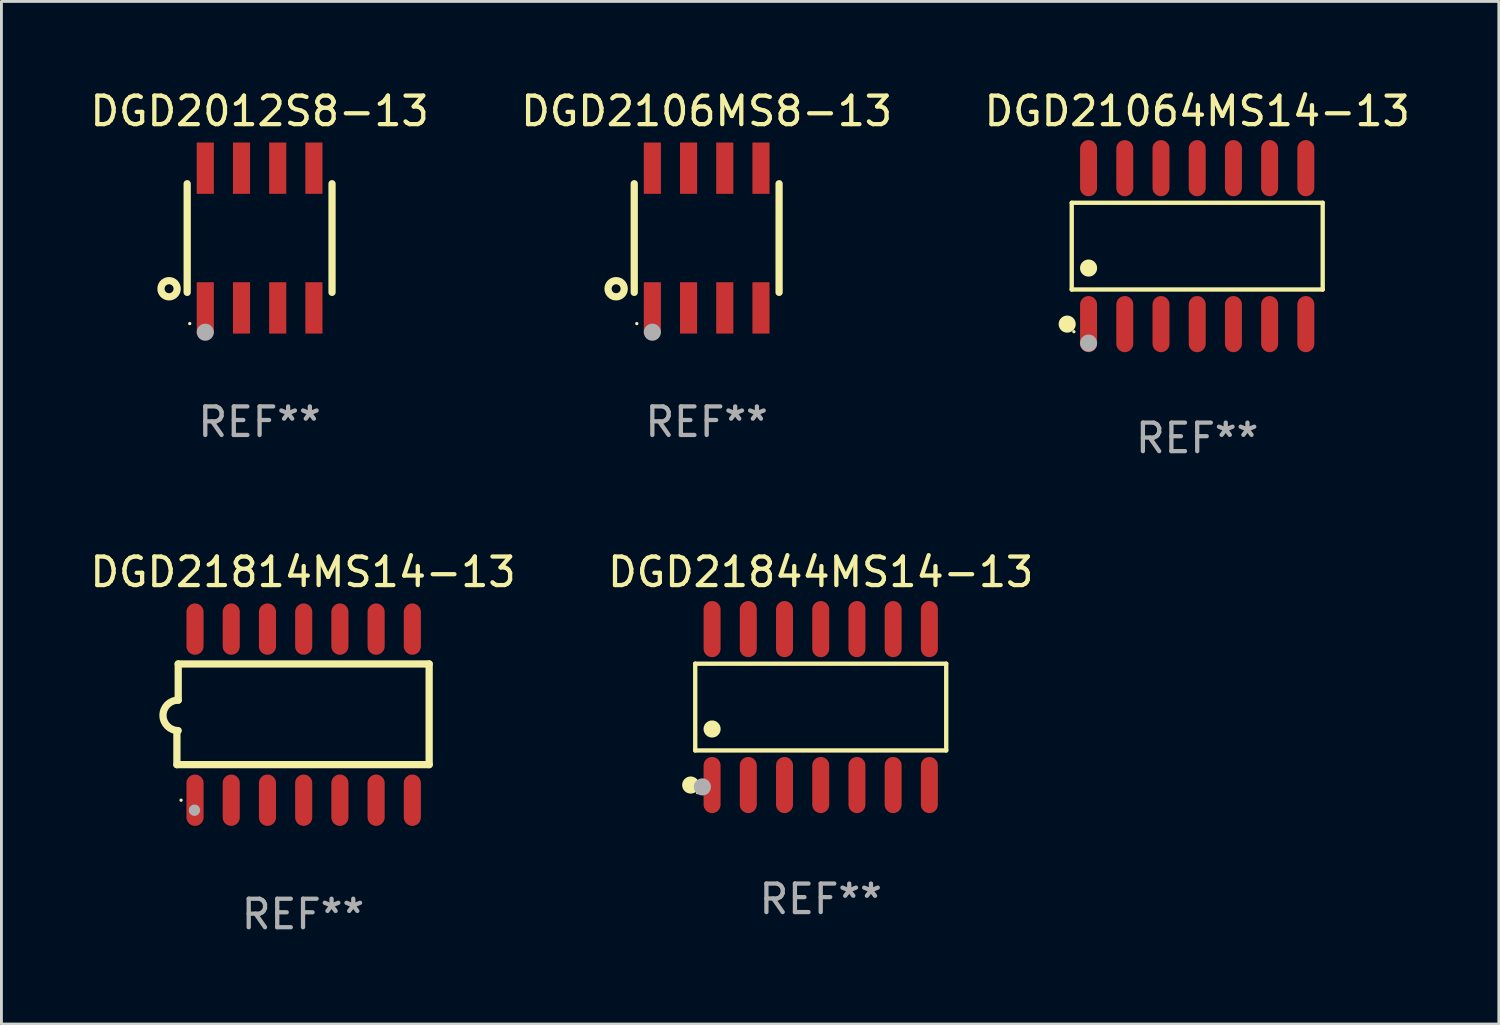
<source format=kicad_pcb>
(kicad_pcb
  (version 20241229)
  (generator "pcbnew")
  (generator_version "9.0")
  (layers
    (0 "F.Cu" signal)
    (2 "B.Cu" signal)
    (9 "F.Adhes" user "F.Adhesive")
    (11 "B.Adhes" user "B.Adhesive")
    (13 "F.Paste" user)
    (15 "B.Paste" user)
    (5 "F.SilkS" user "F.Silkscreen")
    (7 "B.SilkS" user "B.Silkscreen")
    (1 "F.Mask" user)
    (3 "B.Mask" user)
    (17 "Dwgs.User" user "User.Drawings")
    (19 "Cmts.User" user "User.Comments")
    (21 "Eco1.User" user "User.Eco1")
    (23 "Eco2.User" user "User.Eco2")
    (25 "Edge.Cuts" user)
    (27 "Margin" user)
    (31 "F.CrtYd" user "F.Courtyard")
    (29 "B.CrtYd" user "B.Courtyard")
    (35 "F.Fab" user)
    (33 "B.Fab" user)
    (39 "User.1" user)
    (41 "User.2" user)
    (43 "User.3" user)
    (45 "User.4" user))
  (footprint "DGD21064MS14-13"
    (layer "F.Cu")
    (at 38.935 5.582)
    (property "Reference" "DGD21064MS14-13" (at 0 -4.734 0) (layer "F.SilkS") (effects (font (size 1 1) (thickness 0.15))))
    (attr through_hole)
    (fp_line (start -4.401 -1.521) (end 4.401 -1.521) (stroke (width 0.152) (type solid)) (layer "F.SilkS"))
    (fp_line (start -4.401 1.521) (end -4.401 -1.521) (stroke (width 0.152) (type solid)) (layer "F.SilkS"))
    (fp_line (start 4.401 -1.521) (end 4.401 1.521) (stroke (width 0.152) (type solid)) (layer "F.SilkS"))
    (fp_line (start 4.401 1.521) (end -4.401 1.521) (stroke (width 0.152) (type solid)) (layer "F.SilkS"))
    (fp_circle (center -4.56 2.734) (end -4.41 2.734) (stroke (width 0.3) (type solid)) (fill no) (layer "F.SilkS"))
    (fp_circle (center -4.325 3) (end -4.295 3) (stroke (width 0.06) (type solid)) (fill no) (layer "F.SilkS"))
    (fp_circle (center -3.81 0.769) (end -3.66 0.769) (stroke (width 0.3) (type solid)) (fill no) (layer "F.SilkS"))
    (fp_circle (center -3.81 3.4) (end -3.66 3.4) (stroke (width 0.3) (type solid)) (fill no) (layer "F.Fab"))
    (fp_text user "REF**" (at 0 6.734 0) (layer "F.Fab") (effects (font (size 1 1) (thickness 0.15))))
    (pad "1" smd oval (at -3.81 2.734) (size 0.595 1.968) (layers "F.Cu" "F.Mask" "F.Paste"))
    (pad "2" smd oval (at -2.54 2.734) (size 0.595 1.968) (layers "F.Cu" "F.Mask" "F.Paste"))
    (pad "3" smd oval (at -1.27 2.734) (size 0.595 1.968) (layers "F.Cu" "F.Mask" "F.Paste"))
    (pad "4" smd oval (at 0 2.734) (size 0.595 1.968) (layers "F.Cu" "F.Mask" "F.Paste"))
    (pad "5" smd oval (at 1.27 2.734) (size 0.595 1.968) (layers "F.Cu" "F.Mask" "F.Paste"))
    (pad "6" smd oval (at 2.54 2.734) (size 0.595 1.968) (layers "F.Cu" "F.Mask" "F.Paste"))
    (pad "7" smd oval (at 3.81 2.734) (size 0.595 1.968) (layers "F.Cu" "F.Mask" "F.Paste"))
    (pad "8" smd oval (at 3.81 -2.734) (size 0.595 1.968) (layers "F.Cu" "F.Mask" "F.Paste"))
    (pad "9" smd oval (at 2.54 -2.734) (size 0.595 1.968) (layers "F.Cu" "F.Mask" "F.Paste"))
    (pad "10" smd oval (at 1.27 -2.734) (size 0.595 1.968) (layers "F.Cu" "F.Mask" "F.Paste"))
    (pad "11" smd oval (at 0 -2.734) (size 0.595 1.968) (layers "F.Cu" "F.Mask" "F.Paste"))
    (pad "12" smd oval (at -1.27 -2.734) (size 0.595 1.968) (layers "F.Cu" "F.Mask" "F.Paste"))
    (pad "13" smd oval (at -2.54 -2.734) (size 0.595 1.968) (layers "F.Cu" "F.Mask" "F.Paste"))
    (pad "14" smd oval (at -3.81 -2.734) (size 0.595 1.968) (layers "F.Cu" "F.Mask" "F.Paste")))
  (footprint "DGD21814MS14-13"
    (layer "F.Cu")
    (at 7.577 22.012)
    (property "Reference" "DGD21814MS14-13" (at 0 -5 0) (layer "F.SilkS") (effects (font (size 1 1) (thickness 0.15))))
    (attr through_hole)
    (fp_line (start -4.423 1.753) (end -4.423 0.635) (stroke (width 0.254) (type solid)) (layer "F.SilkS"))
    (fp_line (start -4.377 -1.778) (end 4.423 -1.778) (stroke (width 0.254) (type solid)) (layer "F.SilkS"))
    (fp_line (start -4.377 -0.508) (end -4.377 -1.778) (stroke (width 0.254) (type solid)) (layer "F.SilkS"))
    (fp_line (start 4.423 -1.778) (end 4.423 1.753) (stroke (width 0.254) (type solid)) (layer "F.SilkS"))
    (fp_line (start 4.423 1.753) (end -4.423 1.753) (stroke (width 0.254) (type solid)) (layer "F.SilkS"))
    (fp_arc (start -4.377496 0.558776) (mid -4.910897 0.025375) (end -4.377496 -0.508026) (stroke (width 0.254001) (type solid)) (layer "F.SilkS"))
    (fp_circle (center -4.277 3) (end -4.247 3) (stroke (width 0.06) (type solid)) (fill no) (layer "F.SilkS"))
    (fp_circle (center -3.807 3.351) (end -3.707 3.351) (stroke (width 0.2) (type solid)) (fill no) (layer "F.Fab"))
    (fp_text user "REF**" (at 0 7 0) (layer "F.Fab") (effects (font (size 1 1) (thickness 0.15))))
    (pad "1" smd oval (at -3.788 3 180) (size 0.6 1.8) (layers "F.Cu" "F.Mask" "F.Paste"))
    (pad "2" smd oval (at -2.518 3 180) (size 0.6 1.8) (layers "F.Cu" "F.Mask" "F.Paste"))
    (pad "3" smd oval (at -1.247 3 180) (size 0.6 1.8) (layers "F.Cu" "F.Mask" "F.Paste"))
    (pad "4" smd oval (at 0.023 3 180) (size 0.6 1.8) (layers "F.Cu" "F.Mask" "F.Paste"))
    (pad "5" smd oval (at 1.293 3 180) (size 0.6 1.8) (layers "F.Cu" "F.Mask" "F.Paste"))
    (pad "6" smd oval (at 2.563 3 180) (size 0.6 1.8) (layers "F.Cu" "F.Mask" "F.Paste"))
    (pad "7" smd oval (at 3.833 3 180) (size 0.6 1.8) (layers "F.Cu" "F.Mask" "F.Paste"))
    (pad "8" smd oval (at 3.833 -3 180) (size 0.6 1.8) (layers "F.Cu" "F.Mask" "F.Paste"))
    (pad "9" smd oval (at 2.563 -3 180) (size 0.6 1.8) (layers "F.Cu" "F.Mask" "F.Paste"))
    (pad "10" smd oval (at 1.293 -3 180) (size 0.6 1.8) (layers "F.Cu" "F.Mask" "F.Paste"))
    (pad "11" smd oval (at 0.023 -3 180) (size 0.6 1.8) (layers "F.Cu" "F.Mask" "F.Paste"))
    (pad "12" smd oval (at -1.247 -3 180) (size 0.6 1.8) (layers "F.Cu" "F.Mask" "F.Paste"))
    (pad "13" smd oval (at -2.518 -3 180) (size 0.6 1.8) (layers "F.Cu" "F.Mask" "F.Paste"))
    (pad "14" smd oval (at -3.788 -3 180) (size 0.6 1.8) (layers "F.Cu" "F.Mask" "F.Paste")))
  (footprint "DGD21844MS14-13"
    (layer "F.Cu")
    (at 25.732 21.746)
    (property "Reference" "DGD21844MS14-13" (at 0 -4.734 0) (layer "F.SilkS") (effects (font (size 1 1) (thickness 0.15))))
    (attr through_hole)
    (fp_line (start -4.401 -1.521) (end 4.401 -1.521) (stroke (width 0.152) (type solid)) (layer "F.SilkS"))
    (fp_line (start -4.401 1.521) (end -4.401 -1.521) (stroke (width 0.152) (type solid)) (layer "F.SilkS"))
    (fp_line (start 4.401 -1.521) (end 4.401 1.521) (stroke (width 0.152) (type solid)) (layer "F.SilkS"))
    (fp_line (start 4.401 1.521) (end -4.401 1.521) (stroke (width 0.152) (type solid)) (layer "F.SilkS"))
    (fp_circle (center -4.56 2.734) (end -4.41 2.734) (stroke (width 0.3) (type solid)) (fill no) (layer "F.SilkS"))
    (fp_circle (center -4.325 3) (end -4.295 3) (stroke (width 0.06) (type solid)) (fill no) (layer "F.SilkS"))
    (fp_circle (center -3.81 0.769) (end -3.66 0.769) (stroke (width 0.3) (type solid)) (fill no) (layer "F.SilkS"))
    (fp_circle (center -4.15 2.8) (end -4 2.8) (stroke (width 0.3) (type solid)) (fill no) (layer "F.Fab"))
    (fp_text user "REF**" (at 0 6.734 0) (layer "F.Fab") (effects (font (size 1 1) (thickness 0.15))))
    (pad "1" smd oval (at -3.81 2.734) (size 0.595 1.968) (layers "F.Cu" "F.Mask" "F.Paste"))
    (pad "2" smd oval (at -2.54 2.734) (size 0.595 1.968) (layers "F.Cu" "F.Mask" "F.Paste"))
    (pad "3" smd oval (at -1.27 2.734) (size 0.595 1.968) (layers "F.Cu" "F.Mask" "F.Paste"))
    (pad "4" smd oval (at 0 2.734) (size 0.595 1.968) (layers "F.Cu" "F.Mask" "F.Paste"))
    (pad "5" smd oval (at 1.27 2.734) (size 0.595 1.968) (layers "F.Cu" "F.Mask" "F.Paste"))
    (pad "6" smd oval (at 2.54 2.734) (size 0.595 1.968) (layers "F.Cu" "F.Mask" "F.Paste"))
    (pad "7" smd oval (at 3.81 2.734) (size 0.595 1.968) (layers "F.Cu" "F.Mask" "F.Paste"))
    (pad "8" smd oval (at 3.81 -2.734) (size 0.595 1.968) (layers "F.Cu" "F.Mask" "F.Paste"))
    (pad "9" smd oval (at 2.54 -2.734) (size 0.595 1.968) (layers "F.Cu" "F.Mask" "F.Paste"))
    (pad "10" smd oval (at 1.27 -2.734) (size 0.595 1.968) (layers "F.Cu" "F.Mask" "F.Paste"))
    (pad "11" smd oval (at 0 -2.734) (size 0.595 1.968) (layers "F.Cu" "F.Mask" "F.Paste"))
    (pad "12" smd oval (at -1.27 -2.734) (size 0.595 1.968) (layers "F.Cu" "F.Mask" "F.Paste"))
    (pad "13" smd oval (at -2.54 -2.734) (size 0.595 1.968) (layers "F.Cu" "F.Mask" "F.Paste"))
    (pad "14" smd oval (at -3.81 -2.734) (size 0.595 1.968) (layers "F.Cu" "F.Mask" "F.Paste")))
  (footprint "DGD2012S8-13"
    (layer "F.Cu")
    (at 6.054 5.298)
    (property "Reference" "DGD2012S8-13" (at 0 -4.45 0) (layer "F.SilkS") (effects (font (size 1 1) (thickness 0.15))))
    (attr through_hole)
    (fp_line (start -2.54 -1.905) (end -2.54 1.905) (stroke (width 0.254) (type solid)) (layer "F.SilkS"))
    (fp_line (start 2.54 -1.905) (end 2.54 1.905) (stroke (width 0.254) (type solid)) (layer "F.SilkS"))
    (fp_circle (center -3.175 1.778) (end -2.891 1.778) (stroke (width 0.254) (type solid)) (fill no) (layer "F.SilkS"))
    (fp_circle (center -2.45 3) (end -2.42 3) (stroke (width 0.06) (type solid)) (fill no) (layer "F.SilkS"))
    (fp_circle (center -1.905 3.302) (end -1.755 3.302) (stroke (width 0.3) (type solid)) (fill no) (layer "F.Fab"))
    (fp_text user "REF**" (at 0 6.45 0) (layer "F.Fab") (effects (font (size 1 1) (thickness 0.15))))
    (pad "1" smd rect (at -1.905 2.45) (size 0.6 1.8) (layers "F.Cu" "F.Mask" "F.Paste"))
    (pad "2" smd rect (at -0.635 2.45) (size 0.6 1.8) (layers "F.Cu" "F.Mask" "F.Paste"))
    (pad "3" smd rect (at 0.635 2.45) (size 0.6 1.8) (layers "F.Cu" "F.Mask" "F.Paste"))
    (pad "4" smd rect (at 1.905 2.45) (size 0.6 1.8) (layers "F.Cu" "F.Mask" "F.Paste"))
    (pad "5" smd rect (at 1.905 -2.45 180) (size 0.6 1.8) (layers "F.Cu" "F.Mask" "F.Paste"))
    (pad "6" smd rect (at 0.635 -2.45 180) (size 0.6 1.8) (layers "F.Cu" "F.Mask" "F.Paste"))
    (pad "7" smd rect (at -0.635 -2.45 180) (size 0.6 1.8) (layers "F.Cu" "F.Mask" "F.Paste"))
    (pad "8" smd rect (at -1.905 -2.45 180) (size 0.6 1.8) (layers "F.Cu" "F.Mask" "F.Paste")))
  (footprint "DGD2106MS8-13"
    (layer "F.Cu")
    (at 21.732 5.298)
    (property "Reference" "DGD2106MS8-13" (at 0 -4.45 0) (layer "F.SilkS") (effects (font (size 1 1) (thickness 0.15))))
    (attr through_hole)
    (fp_line (start -2.54 -1.905) (end -2.54 1.905) (stroke (width 0.254) (type solid)) (layer "F.SilkS"))
    (fp_line (start 2.54 -1.905) (end 2.54 1.905) (stroke (width 0.254) (type solid)) (layer "F.SilkS"))
    (fp_circle (center -3.175 1.778) (end -2.891 1.778) (stroke (width 0.254) (type solid)) (fill no) (layer "F.SilkS"))
    (fp_circle (center -2.45 3) (end -2.42 3) (stroke (width 0.06) (type solid)) (fill no) (layer "F.SilkS"))
    (fp_circle (center -1.905 3.302) (end -1.755 3.302) (stroke (width 0.3) (type solid)) (fill no) (layer "F.Fab"))
    (fp_text user "REF**" (at 0 6.45 0) (layer "F.Fab") (effects (font (size 1 1) (thickness 0.15))))
    (pad "1" smd rect (at -1.905 2.45) (size 0.6 1.8) (layers "F.Cu" "F.Mask" "F.Paste"))
    (pad "2" smd rect (at -0.635 2.45) (size 0.6 1.8) (layers "F.Cu" "F.Mask" "F.Paste"))
    (pad "3" smd rect (at 0.635 2.45) (size 0.6 1.8) (layers "F.Cu" "F.Mask" "F.Paste"))
    (pad "4" smd rect (at 1.905 2.45) (size 0.6 1.8) (layers "F.Cu" "F.Mask" "F.Paste"))
    (pad "5" smd rect (at 1.905 -2.45 180) (size 0.6 1.8) (layers "F.Cu" "F.Mask" "F.Paste"))
    (pad "6" smd rect (at 0.635 -2.45 180) (size 0.6 1.8) (layers "F.Cu" "F.Mask" "F.Paste"))
    (pad "7" smd rect (at -0.635 -2.45 180) (size 0.6 1.8) (layers "F.Cu" "F.Mask" "F.Paste"))
    (pad "8" smd rect (at -1.905 -2.45 180) (size 0.6 1.8) (layers "F.Cu" "F.Mask" "F.Paste")))
  (gr_rect
    (start -3 -3)
    (end 49.512 32.861)
    (stroke (width 0.1) (type default))
    (fill no)
    (layer "Edge.Cuts")))
</source>
